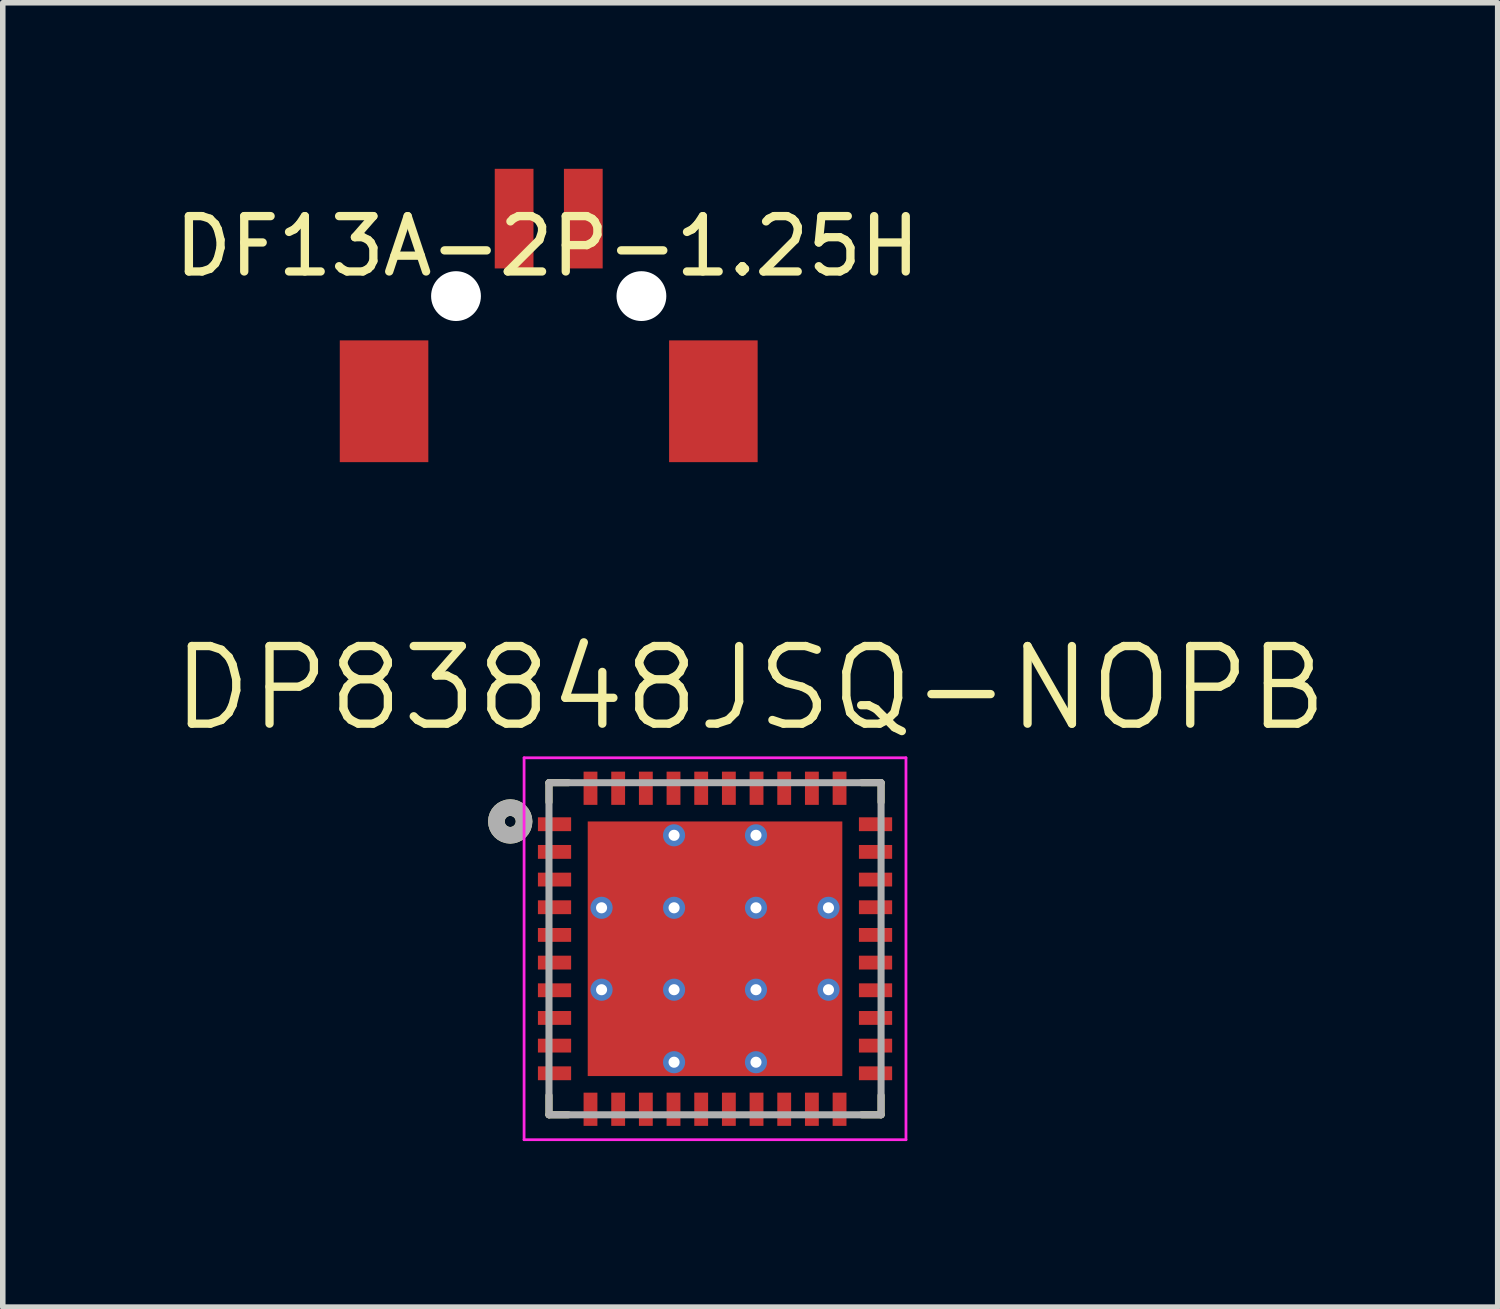
<source format=kicad_pcb>
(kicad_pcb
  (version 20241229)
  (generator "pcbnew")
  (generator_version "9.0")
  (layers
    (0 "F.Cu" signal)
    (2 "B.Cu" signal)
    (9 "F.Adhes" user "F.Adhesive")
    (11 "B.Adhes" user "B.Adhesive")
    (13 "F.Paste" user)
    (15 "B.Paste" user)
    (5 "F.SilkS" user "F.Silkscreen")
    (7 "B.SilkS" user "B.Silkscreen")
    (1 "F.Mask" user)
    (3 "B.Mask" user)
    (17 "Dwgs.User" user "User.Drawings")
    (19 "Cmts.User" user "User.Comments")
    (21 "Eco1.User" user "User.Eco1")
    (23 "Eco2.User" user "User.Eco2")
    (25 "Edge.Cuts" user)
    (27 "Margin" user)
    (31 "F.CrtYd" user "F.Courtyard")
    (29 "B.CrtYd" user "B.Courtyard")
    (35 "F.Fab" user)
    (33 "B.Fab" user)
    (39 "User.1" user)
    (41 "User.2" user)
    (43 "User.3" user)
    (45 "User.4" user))
  (footprint "DP83848JSQ-NOPB"
    (layer "F.Cu")
    (at 9.869 14.092)
    (property "Reference" "DP83848JSQ-NOPB" (at 0.636 -4.708 0) (layer "F.SilkS") (effects (font (size 1.403 1.403) (thickness 0.15))))
    (attr through_hole)
    (fp_line (start -3 -3) (end -3 -2.65) (stroke (width 0.127) (type solid)) (layer "F.SilkS"))
    (fp_line (start -3 2.65) (end -3 3) (stroke (width 0.127) (type solid)) (layer "F.SilkS"))
    (fp_line (start -3 3) (end -2.65 3) (stroke (width 0.127) (type solid)) (layer "F.SilkS"))
    (fp_line (start -2.65 -3) (end -3 -3) (stroke (width 0.127) (type solid)) (layer "F.SilkS"))
    (fp_line (start 2.65 -3) (end 3 -3) (stroke (width 0.127) (type solid)) (layer "F.SilkS"))
    (fp_line (start 2.65 3) (end 3 3) (stroke (width 0.127) (type solid)) (layer "F.SilkS"))
    (fp_line (start 3 -3) (end 3 -2.65) (stroke (width 0.127) (type solid)) (layer "F.SilkS"))
    (fp_line (start 3 3) (end 3 2.65) (stroke (width 0.127) (type solid)) (layer "F.SilkS"))
    (fp_circle (center -3.7 -2.3) (end -3.6 -2.3) (stroke (width 0.3) (type solid)) (fill no) (layer "F.SilkS"))
    (fp_poly (pts (xy -2.122 -2.12) (xy -0.84 -2.12) (xy -0.84 -0.841) (xy -2.122 -0.841)) (stroke (width 0.01) (type solid)) (fill yes) (layer "F.Paste"))
    (fp_poly (pts (xy -2.121 0.84) (xy -0.84 0.84) (xy -0.84 2.121) (xy -2.121 2.121)) (stroke (width 0.01) (type solid)) (fill yes) (layer "F.Paste"))
    (fp_poly (pts (xy -2.121 -0.64) (xy -0.84 -0.64) (xy -0.84 0.64) (xy -2.121 0.64)) (stroke (width 0.01) (type solid)) (fill yes) (layer "F.Paste"))
    (fp_poly (pts (xy -0.641 -2.12) (xy 0.64 -2.12) (xy 0.64 -0.842) (xy -0.641 -0.842)) (stroke (width 0.01) (type solid)) (fill yes) (layer "F.Paste"))
    (fp_poly (pts (xy -0.64 -0.64) (xy 0.64 -0.64) (xy 0.64 0.64) (xy -0.64 0.64)) (stroke (width 0.01) (type solid)) (fill yes) (layer "F.Paste"))
    (fp_poly (pts (xy -0.64 0.84) (xy 0.64 0.84) (xy 0.64 2.12) (xy -0.64 2.12)) (stroke (width 0.01) (type solid)) (fill yes) (layer "F.Paste"))
    (fp_poly (pts (xy 0.841 0.84) (xy 2.12 0.84) (xy 2.12 2.122) (xy 0.841 2.122)) (stroke (width 0.01) (type solid)) (fill yes) (layer "F.Paste"))
    (fp_poly (pts (xy 0.841 -2.12) (xy 2.12 -2.12) (xy 2.12 -0.841) (xy 0.841 -0.841)) (stroke (width 0.01) (type solid)) (fill yes) (layer "F.Paste"))
    (fp_poly (pts (xy 0.841 -0.64) (xy 2.12 -0.64) (xy 2.12 0.641) (xy 0.841 0.641)) (stroke (width 0.01) (type solid)) (fill yes) (layer "F.Paste"))
    (fp_line (start -3.45 -3.45) (end 3.45 -3.45) (stroke (width 0.05) (type solid)) (layer "F.CrtYd"))
    (fp_line (start -3.45 3.45) (end -3.45 -3.45) (stroke (width 0.05) (type solid)) (layer "F.CrtYd"))
    (fp_line (start 3.45 -3.45) (end 3.45 3.45) (stroke (width 0.05) (type solid)) (layer "F.CrtYd"))
    (fp_line (start 3.45 3.45) (end -3.45 3.45) (stroke (width 0.05) (type solid)) (layer "F.CrtYd"))
    (fp_line (start -3 -3) (end 3 -3) (stroke (width 0.127) (type solid)) (layer "F.Fab"))
    (fp_line (start -3 3) (end -3 -3) (stroke (width 0.127) (type solid)) (layer "F.Fab"))
    (fp_line (start 3 -3) (end 3 3) (stroke (width 0.127) (type solid)) (layer "F.Fab"))
    (fp_line (start 3 3) (end -3 3) (stroke (width 0.127) (type solid)) (layer "F.Fab"))
    (fp_circle (center -3.7 -2.3) (end -3.6 -2.3) (stroke (width 0.3) (type solid)) (fill no) (layer "F.Fab"))
    (pad "1" smd rect (at -2.9 -2.25) (size 0.6 0.25) (layers "F.Cu" "F.Mask" "F.Paste"))
    (pad "2" smd rect (at -2.9 -1.75) (size 0.6 0.25) (layers "F.Cu" "F.Mask" "F.Paste"))
    (pad "3" smd rect (at -2.9 -1.25) (size 0.6 0.25) (layers "F.Cu" "F.Mask" "F.Paste"))
    (pad "4" smd rect (at -2.9 -0.75) (size 0.6 0.25) (layers "F.Cu" "F.Mask" "F.Paste"))
    (pad "5" smd rect (at -2.9 -0.25) (size 0.6 0.25) (layers "F.Cu" "F.Mask" "F.Paste"))
    (pad "6" smd rect (at -2.9 0.25) (size 0.6 0.25) (layers "F.Cu" "F.Mask" "F.Paste"))
    (pad "7" smd rect (at -2.9 0.75) (size 0.6 0.25) (layers "F.Cu" "F.Mask" "F.Paste"))
    (pad "8" smd rect (at -2.9 1.25) (size 0.6 0.25) (layers "F.Cu" "F.Mask" "F.Paste"))
    (pad "9" smd rect (at -2.9 1.75) (size 0.6 0.25) (layers "F.Cu" "F.Mask" "F.Paste"))
    (pad "10" smd rect (at -2.9 2.25) (size 0.6 0.25) (layers "F.Cu" "F.Mask" "F.Paste"))
    (pad "11" smd rect (at -2.25 2.9) (size 0.25 0.6) (layers "F.Cu" "F.Mask" "F.Paste"))
    (pad "12" smd rect (at -1.75 2.9) (size 0.25 0.6) (layers "F.Cu" "F.Mask" "F.Paste"))
    (pad "13" smd rect (at -1.25 2.9) (size 0.25 0.6) (layers "F.Cu" "F.Mask" "F.Paste"))
    (pad "14" smd rect (at -0.75 2.9) (size 0.25 0.6) (layers "F.Cu" "F.Mask" "F.Paste"))
    (pad "15" smd rect (at -0.25 2.9) (size 0.25 0.6) (layers "F.Cu" "F.Mask" "F.Paste"))
    (pad "16" smd rect (at 0.25 2.9) (size 0.25 0.6) (layers "F.Cu" "F.Mask" "F.Paste"))
    (pad "17" smd rect (at 0.75 2.9) (size 0.25 0.6) (layers "F.Cu" "F.Mask" "F.Paste"))
    (pad "18" smd rect (at 1.25 2.9) (size 0.25 0.6) (layers "F.Cu" "F.Mask" "F.Paste"))
    (pad "19" smd rect (at 1.75 2.9) (size 0.25 0.6) (layers "F.Cu" "F.Mask" "F.Paste"))
    (pad "20" smd rect (at 2.25 2.9) (size 0.25 0.6) (layers "F.Cu" "F.Mask" "F.Paste"))
    (pad "21" smd rect (at 2.9 2.25) (size 0.6 0.25) (layers "F.Cu" "F.Mask" "F.Paste"))
    (pad "22" smd rect (at 2.9 1.75) (size 0.6 0.25) (layers "F.Cu" "F.Mask" "F.Paste"))
    (pad "23" smd rect (at 2.9 1.25) (size 0.6 0.25) (layers "F.Cu" "F.Mask" "F.Paste"))
    (pad "24" smd rect (at 2.9 0.75) (size 0.6 0.25) (layers "F.Cu" "F.Mask" "F.Paste"))
    (pad "25" smd rect (at 2.9 0.25) (size 0.6 0.25) (layers "F.Cu" "F.Mask" "F.Paste"))
    (pad "26" smd rect (at 2.9 -0.25) (size 0.6 0.25) (layers "F.Cu" "F.Mask" "F.Paste"))
    (pad "27" smd rect (at 2.9 -0.75) (size 0.6 0.25) (layers "F.Cu" "F.Mask" "F.Paste"))
    (pad "28" smd rect (at 2.9 -1.25) (size 0.6 0.25) (layers "F.Cu" "F.Mask" "F.Paste"))
    (pad "29" smd rect (at 2.9 -1.75) (size 0.6 0.25) (layers "F.Cu" "F.Mask" "F.Paste"))
    (pad "30" smd rect (at 2.9 -2.25) (size 0.6 0.25) (layers "F.Cu" "F.Mask" "F.Paste"))
    (pad "31" smd rect (at 2.25 -2.9) (size 0.25 0.6) (layers "F.Cu" "F.Mask" "F.Paste"))
    (pad "32" smd rect (at 1.75 -2.9) (size 0.25 0.6) (layers "F.Cu" "F.Mask" "F.Paste"))
    (pad "33" smd rect (at 1.25 -2.9) (size 0.25 0.6) (layers "F.Cu" "F.Mask" "F.Paste"))
    (pad "34" smd rect (at 0.75 -2.9) (size 0.25 0.6) (layers "F.Cu" "F.Mask" "F.Paste"))
    (pad "35" smd rect (at 0.25 -2.9) (size 0.25 0.6) (layers "F.Cu" "F.Mask" "F.Paste"))
    (pad "36" smd rect (at -0.25 -2.9) (size 0.25 0.6) (layers "F.Cu" "F.Mask" "F.Paste"))
    (pad "37" smd rect (at -0.75 -2.9) (size 0.25 0.6) (layers "F.Cu" "F.Mask" "F.Paste"))
    (pad "38" smd rect (at -1.25 -2.9) (size 0.25 0.6) (layers "F.Cu" "F.Mask" "F.Paste"))
    (pad "39" smd rect (at -1.75 -2.9) (size 0.25 0.6) (layers "F.Cu" "F.Mask" "F.Paste"))
    (pad "40" smd rect (at -2.25 -2.9) (size 0.25 0.6) (layers "F.Cu" "F.Mask" "F.Paste"))
    (pad "41" thru_hole circle (at -2.05 -0.74) (size 0.4 0.4) (drill 0.2) (layers "*.Cu" "*.Mask"))
    (pad "41" thru_hole circle (at -2.05 0.74) (size 0.4 0.4) (drill 0.2) (layers "*.Cu" "*.Mask"))
    (pad "41" thru_hole circle (at -0.74 -2.05) (size 0.4 0.4) (drill 0.2) (layers "*.Cu" "*.Mask"))
    (pad "41" thru_hole circle (at -0.74 -0.74) (size 0.4 0.4) (drill 0.2) (layers "*.Cu" "*.Mask"))
    (pad "41" thru_hole circle (at -0.74 0.74) (size 0.4 0.4) (drill 0.2) (layers "*.Cu" "*.Mask"))
    (pad "41" thru_hole circle (at -0.74 2.05) (size 0.4 0.4) (drill 0.2) (layers "*.Cu" "*.Mask"))
    (pad "41" smd rect (at 0 0) (size 4.6 4.6) (layers "F.Cu" "F.Mask"))
    (pad "41" thru_hole circle (at 0.74 -2.05) (size 0.4 0.4) (drill 0.2) (layers "*.Cu" "*.Mask"))
    (pad "41" thru_hole circle (at 0.74 -0.74) (size 0.4 0.4) (drill 0.2) (layers "*.Cu" "*.Mask"))
    (pad "41" thru_hole circle (at 0.74 0.74) (size 0.4 0.4) (drill 0.2) (layers "*.Cu" "*.Mask"))
    (pad "41" thru_hole circle (at 0.74 2.05) (size 0.4 0.4) (drill 0.2) (layers "*.Cu" "*.Mask"))
    (pad "41" thru_hole circle (at 2.05 -0.74) (size 0.4 0.4) (drill 0.2) (layers "*.Cu" "*.Mask"))
    (pad "41" thru_hole circle (at 2.05 0.74) (size 0.4 0.4) (drill 0.2) (layers "*.Cu" "*.Mask")))
  (footprint "DF13A-2P-1.25H"
    (layer "F.Cu")
    (at 6.239 0.9)
    (property "Reference" "DF13A-2P-1.25H" (at 0.6 0.5 0) (layer "F.SilkS") (effects (font (size 1 1) (thickness 0.15))))
    (attr through_hole)
    (pad "" np_thru_hole circle (at -1.05 1.4) (size 0.9 0.9) (drill 0.9) (layers "*.Cu" "*.Mask"))
    (pad "" np_thru_hole circle (at 2.3 1.4) (size 0.9 0.9) (drill 0.9) (layers "*.Cu" "*.Mask"))
    (pad "1" smd rect (at 1.25 0) (size 0.7 1.8) (layers "F.Cu" "F.Mask" "F.Paste"))
    (pad "2" smd rect (at 0 0) (size 0.7 1.8) (layers "F.Cu" "F.Mask" "F.Paste"))
    (pad "g" smd rect (at -2.35 3.3) (size 1.6 2.2) (layers "F.Cu" "F.Mask" "F.Paste"))
    (pad "g" smd rect (at 3.6 3.3) (size 1.6 2.2) (layers "F.Cu" "F.Mask" "F.Paste")))
  (gr_rect
    (start -3 -3)
    (end 24.01 20.567)
    (stroke (width 0.1) (type default))
    (fill no)
    (layer "Edge.Cuts")))
</source>
